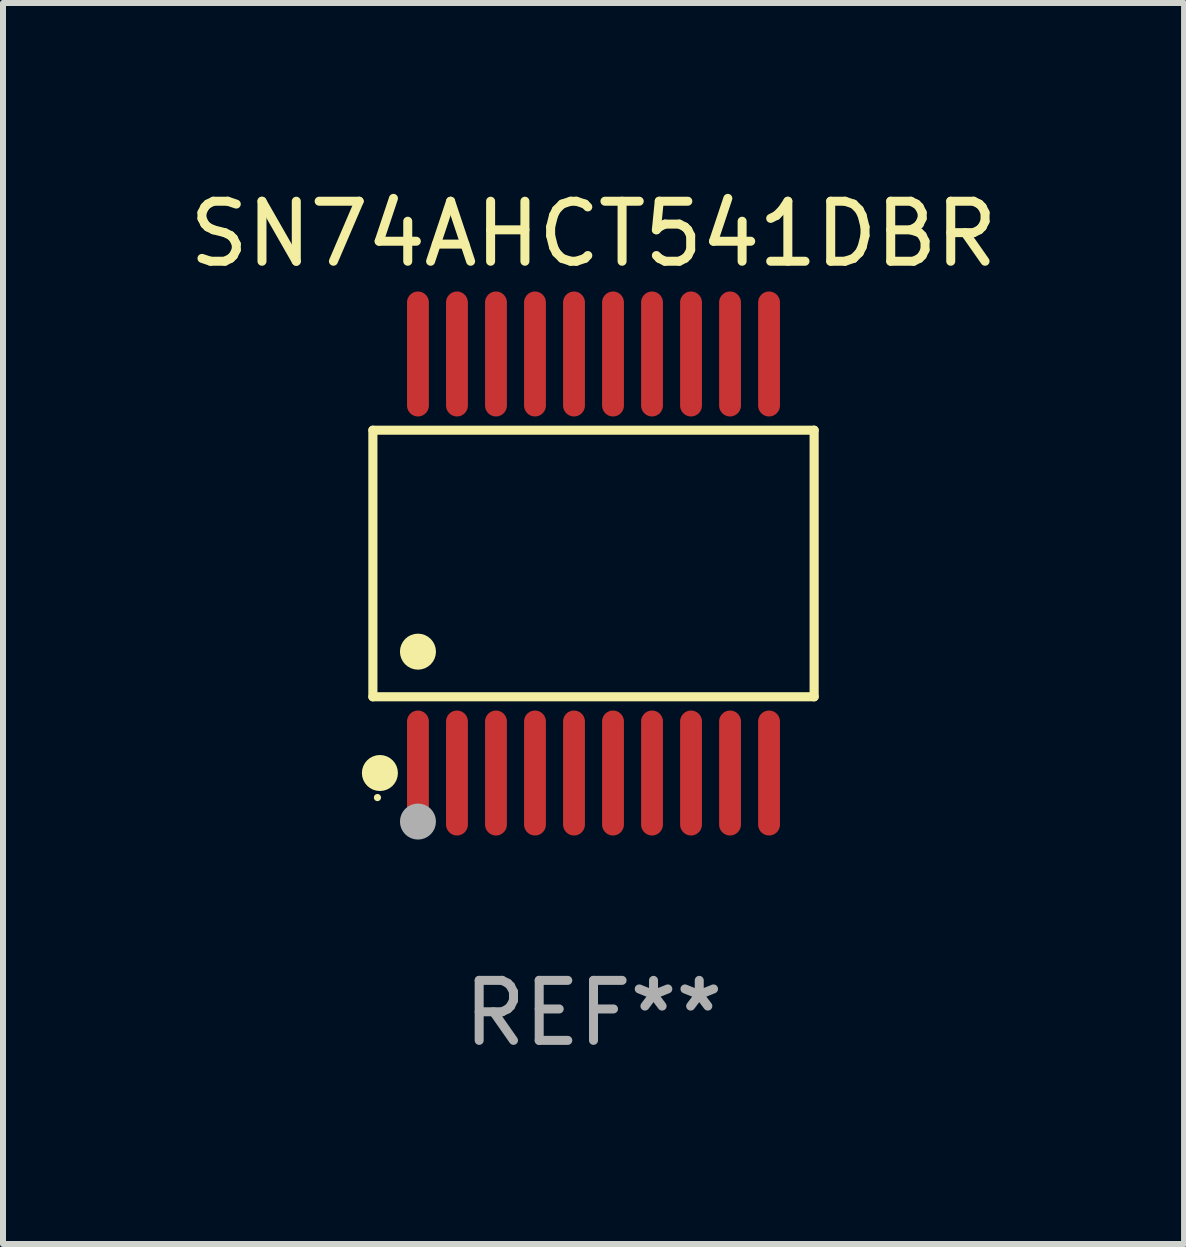
<source format=kicad_pcb>
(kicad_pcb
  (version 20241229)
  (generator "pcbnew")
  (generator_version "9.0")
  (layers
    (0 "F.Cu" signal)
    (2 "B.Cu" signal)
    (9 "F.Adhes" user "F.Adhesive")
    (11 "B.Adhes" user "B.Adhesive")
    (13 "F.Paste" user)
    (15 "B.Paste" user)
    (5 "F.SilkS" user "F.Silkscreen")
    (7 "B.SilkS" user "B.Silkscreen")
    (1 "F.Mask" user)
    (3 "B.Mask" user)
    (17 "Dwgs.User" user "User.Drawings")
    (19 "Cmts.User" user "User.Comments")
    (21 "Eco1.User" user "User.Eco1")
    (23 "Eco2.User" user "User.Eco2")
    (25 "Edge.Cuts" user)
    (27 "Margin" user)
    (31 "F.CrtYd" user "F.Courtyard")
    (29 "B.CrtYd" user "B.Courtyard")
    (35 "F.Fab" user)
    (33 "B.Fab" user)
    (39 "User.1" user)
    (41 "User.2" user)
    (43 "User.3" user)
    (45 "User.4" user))
  (footprint "SN74AHCT541DBR"
    (layer "F.Cu")
    (at 6.839 6.339)
    (property "Reference" "SN74AHCT541DBR" (at 0 -5.491 0) (layer "F.SilkS") (effects (font (size 1 1) (thickness 0.15))))
    (attr through_hole)
    (fp_line (start -3.676 -2.221) (end 3.676 -2.221) (stroke (width 0.152) (type solid)) (layer "F.SilkS"))
    (fp_line (start -3.676 2.221) (end -3.676 -2.221) (stroke (width 0.152) (type solid)) (layer "F.SilkS"))
    (fp_line (start 3.676 -2.221) (end 3.676 2.221) (stroke (width 0.152) (type solid)) (layer "F.SilkS"))
    (fp_line (start 3.676 2.221) (end -3.676 2.221) (stroke (width 0.152) (type solid)) (layer "F.SilkS"))
    (fp_circle (center -3.6 3.9) (end -3.57 3.9) (stroke (width 0.06) (type solid)) (fill no) (layer "F.SilkS"))
    (fp_circle (center -3.559 3.491) (end -3.409 3.491) (stroke (width 0.3) (type solid)) (fill no) (layer "F.SilkS"))
    (fp_circle (center -2.925 1.469) (end -2.775 1.469) (stroke (width 0.3) (type solid)) (fill no) (layer "F.SilkS"))
    (fp_circle (center -2.925 4.3) (end -2.775 4.3) (stroke (width 0.3) (type solid)) (fill no) (layer "F.Fab"))
    (fp_text user "REF**" (at 0 7.491 0) (layer "F.Fab") (effects (font (size 1 1) (thickness 0.15))))
    (pad "1" smd oval (at -2.925 3.491) (size 0.364 2.082) (layers "F.Cu" "F.Mask" "F.Paste"))
    (pad "2" smd oval (at -2.275 3.491) (size 0.364 2.082) (layers "F.Cu" "F.Mask" "F.Paste"))
    (pad "3" smd oval (at -1.625 3.491) (size 0.364 2.082) (layers "F.Cu" "F.Mask" "F.Paste"))
    (pad "4" smd oval (at -0.975 3.491) (size 0.364 2.082) (layers "F.Cu" "F.Mask" "F.Paste"))
    (pad "5" smd oval (at -0.325 3.491) (size 0.364 2.082) (layers "F.Cu" "F.Mask" "F.Paste"))
    (pad "6" smd oval (at 0.325 3.491) (size 0.364 2.082) (layers "F.Cu" "F.Mask" "F.Paste"))
    (pad "7" smd oval (at 0.975 3.491) (size 0.364 2.082) (layers "F.Cu" "F.Mask" "F.Paste"))
    (pad "8" smd oval (at 1.625 3.491) (size 0.364 2.082) (layers "F.Cu" "F.Mask" "F.Paste"))
    (pad "9" smd oval (at 2.275 3.491) (size 0.364 2.082) (layers "F.Cu" "F.Mask" "F.Paste"))
    (pad "10" smd oval (at 2.925 3.491) (size 0.364 2.082) (layers "F.Cu" "F.Mask" "F.Paste"))
    (pad "11" smd oval (at 2.925 -3.491) (size 0.364 2.082) (layers "F.Cu" "F.Mask" "F.Paste"))
    (pad "12" smd oval (at 2.275 -3.491) (size 0.364 2.082) (layers "F.Cu" "F.Mask" "F.Paste"))
    (pad "13" smd oval (at 1.625 -3.491) (size 0.364 2.082) (layers "F.Cu" "F.Mask" "F.Paste"))
    (pad "14" smd oval (at 0.975 -3.491) (size 0.364 2.082) (layers "F.Cu" "F.Mask" "F.Paste"))
    (pad "15" smd oval (at 0.325 -3.491) (size 0.364 2.082) (layers "F.Cu" "F.Mask" "F.Paste"))
    (pad "16" smd oval (at -0.325 -3.491) (size 0.364 2.082) (layers "F.Cu" "F.Mask" "F.Paste"))
    (pad "17" smd oval (at -0.975 -3.491) (size 0.364 2.082) (layers "F.Cu" "F.Mask" "F.Paste"))
    (pad "18" smd oval (at -1.625 -3.491) (size 0.364 2.082) (layers "F.Cu" "F.Mask" "F.Paste"))
    (pad "19" smd oval (at -2.275 -3.491) (size 0.364 2.082) (layers "F.Cu" "F.Mask" "F.Paste"))
    (pad "20" smd oval (at -2.925 -3.491) (size 0.364 2.082) (layers "F.Cu" "F.Mask" "F.Paste")))
  (gr_rect
    (start -3 -3)
    (end 16.679 17.678)
    (stroke (width 0.1) (type default))
    (fill no)
    (layer "Edge.Cuts")))
</source>
